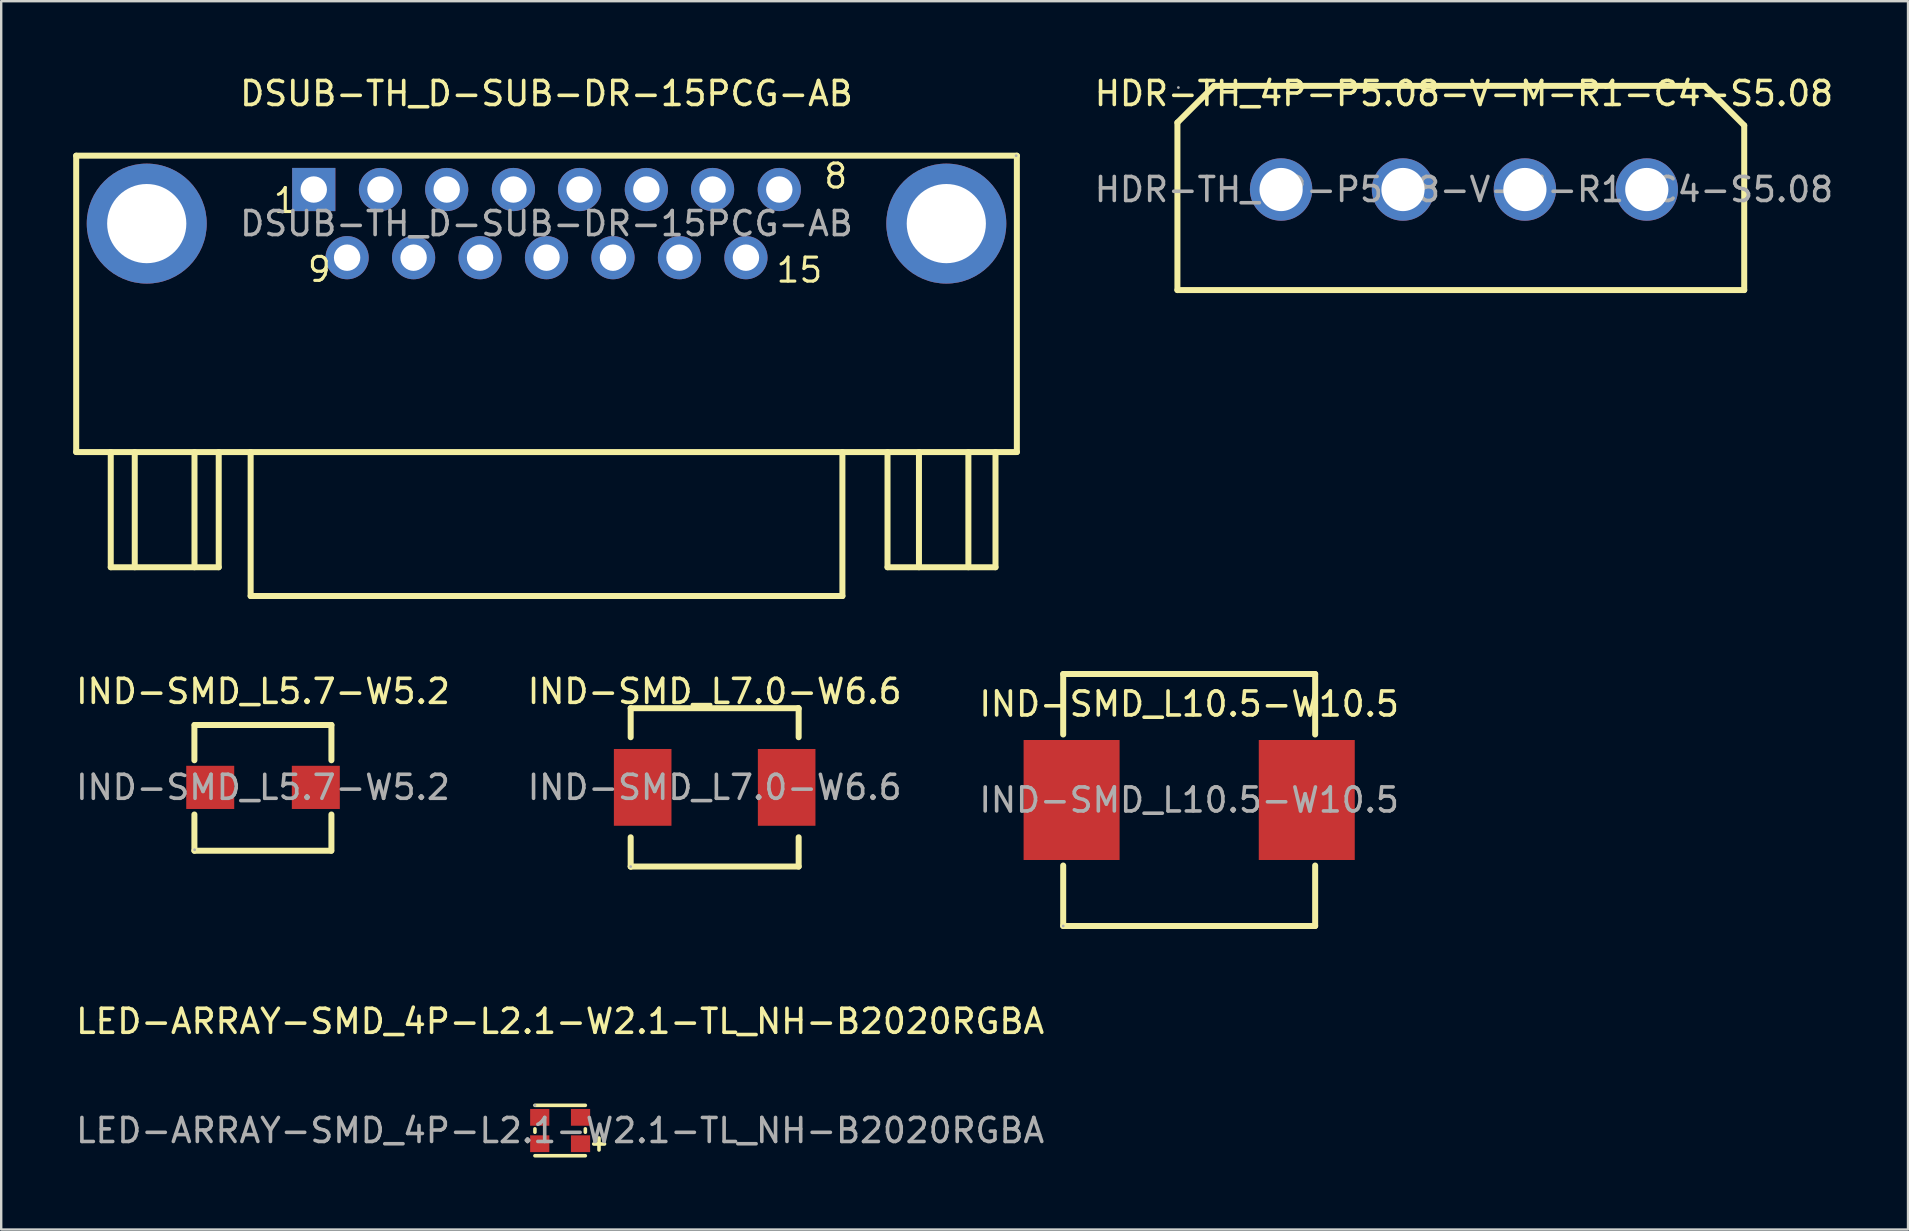
<source format=kicad_pcb>
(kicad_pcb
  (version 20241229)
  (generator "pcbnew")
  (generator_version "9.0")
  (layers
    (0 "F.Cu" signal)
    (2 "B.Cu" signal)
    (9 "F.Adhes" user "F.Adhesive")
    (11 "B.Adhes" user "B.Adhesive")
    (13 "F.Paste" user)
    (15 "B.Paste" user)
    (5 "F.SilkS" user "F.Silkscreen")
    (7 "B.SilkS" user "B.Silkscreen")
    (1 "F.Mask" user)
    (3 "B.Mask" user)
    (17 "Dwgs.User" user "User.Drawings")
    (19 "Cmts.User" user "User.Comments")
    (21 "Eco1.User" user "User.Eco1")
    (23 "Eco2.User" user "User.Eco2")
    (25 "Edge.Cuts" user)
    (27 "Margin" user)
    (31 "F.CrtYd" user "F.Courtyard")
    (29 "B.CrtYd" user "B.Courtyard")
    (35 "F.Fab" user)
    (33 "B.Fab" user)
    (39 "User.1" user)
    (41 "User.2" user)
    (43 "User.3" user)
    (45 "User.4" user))
  (footprint "HDR-TH_4P-P5.08-V-M-R1-C4-S5.08"
    (layer "F.Cu")
    (at 57.956 4.848)
    (property "Reference" "HDR-TH_4P-P5.08-V-M-R1-C4-S5.08" (at 0 -4 0) (layer "F.SilkS") (effects (font (size 1 1) (thickness 0.15))))
    (attr through_hole)
    (fp_line (start -11.94 -2.79) (end -10.41 -4.32) (stroke (width 0.25) (type solid)) (layer "F.SilkS"))
    (fp_line (start -11.94 4.19) (end -11.94 -2.79) (stroke (width 0.25) (type solid)) (layer "F.SilkS"))
    (fp_line (start -10.41 -4.32) (end 10.03 -4.32) (stroke (width 0.25) (type solid)) (layer "F.SilkS"))
    (fp_line (start 10.03 -4.32) (end 11.68 -2.67) (stroke (width 0.25) (type solid)) (layer "F.SilkS"))
    (fp_line (start 11.68 -2.67) (end 11.68 4.19) (stroke (width 0.25) (type solid)) (layer "F.SilkS"))
    (fp_line (start 11.68 4.19) (end -11.94 4.19) (stroke (width 0.25) (type solid)) (layer "F.SilkS"))
    (fp_circle (center -11.9 -4.25) (end -11.87 -4.25) (stroke (width 0.06) (type solid)) (fill no) (layer "F.Fab"))
    (fp_circle (center -7.62 0) (end -7.22 0) (stroke (width 0.8) (type solid)) (fill no) (layer "F.Fab"))
    (fp_circle (center -2.54 0) (end -2.14 0) (stroke (width 0.8) (type solid)) (fill no) (layer "F.Fab"))
    (fp_circle (center 2.54 0) (end 2.94 0) (stroke (width 0.8) (type solid)) (fill no) (layer "F.Fab"))
    (fp_circle (center 7.62 0) (end 8.02 0) (stroke (width 0.8) (type solid)) (fill no) (layer "F.Fab"))
    (fp_text user "${REFERENCE}" (at 0 0 0) (layer "F.Fab") (effects (font (size 1 1) (thickness 0.15))))
    (pad "1" thru_hole circle (at -7.62 0) (size 2.6 2.6) (drill 1.8) (layers "*.Cu" "*.Mask"))
    (pad "2" thru_hole circle (at -2.54 0) (size 2.6 2.6) (drill 1.8) (layers "*.Cu" "*.Mask"))
    (pad "3" thru_hole circle (at 2.54 0) (size 2.6 2.6) (drill 1.8) (layers "*.Cu" "*.Mask"))
    (pad "4" thru_hole circle (at 7.62 0) (size 2.6 2.6) (drill 1.8) (layers "*.Cu" "*.Mask")))
  (footprint "IND-SMD_L5.7-W5.2"
    (layer "F.Cu")
    (at 7.911 29.762)
    (property "Reference" "IND-SMD_L5.7-W5.2" (at 0 -4 0) (layer "F.SilkS") (effects (font (size 1 1) (thickness 0.15))))
    (attr smd)
    (fp_line (start -2.86 -1.13) (end -2.86 -2.6) (stroke (width 0.25) (type solid)) (layer "F.SilkS"))
    (fp_line (start -2.86 2.64) (end -2.86 1.13) (stroke (width 0.25) (type solid)) (layer "F.SilkS"))
    (fp_line (start -2.85 -2.6) (end 2.85 -2.6) (stroke (width 0.25) (type solid)) (layer "F.SilkS"))
    (fp_line (start 2.84 2.64) (end -2.86 2.64) (stroke (width 0.25) (type solid)) (layer "F.SilkS"))
    (fp_line (start 2.85 -2.6) (end 2.85 -1.13) (stroke (width 0.25) (type solid)) (layer "F.SilkS"))
    (fp_line (start 2.85 1.13) (end 2.85 2.64) (stroke (width 0.25) (type solid)) (layer "F.SilkS"))
    (fp_circle (center -2.85 2.6) (end -2.82 2.6) (stroke (width 0.06) (type solid)) (fill no) (layer "F.Fab"))
    (fp_text user "${REFERENCE}" (at 0 0 0) (layer "F.Fab") (effects (font (size 1 1) (thickness 0.15))))
    (pad "1" smd rect (at -2.2 0 270) (size 1.8 2) (layers "F.Cu" "F.Mask" "F.Paste"))
    (pad "2" smd rect (at 2.2 0 270) (size 1.8 2) (layers "F.Cu" "F.Mask" "F.Paste")))
  (footprint "IND-SMD_L10.5-W10.5"
    (layer "F.Cu")
    (at 46.506 30.288)
    (property "Reference" "IND-SMD_L10.5-W10.5" (at 0 -4 0) (layer "F.SilkS") (effects (font (size 1 1) (thickness 0.15))))
    (attr smd)
    (fp_line (start -5.25 -5.25) (end -5.25 -2.73) (stroke (width 0.25) (type solid)) (layer "F.SilkS"))
    (fp_line (start -5.25 -5.25) (end 5.25 -5.25) (stroke (width 0.25) (type solid)) (layer "F.SilkS"))
    (fp_line (start -5.25 2.73) (end -5.25 5.25) (stroke (width 0.25) (type solid)) (layer "F.SilkS"))
    (fp_line (start -4.99 5.25) (end -5.25 5.25) (stroke (width 0.25) (type solid)) (layer "F.SilkS"))
    (fp_line (start 5.25 -5.25) (end 5.25 -2.73) (stroke (width 0.25) (type solid)) (layer "F.SilkS"))
    (fp_line (start 5.25 2.73) (end 5.25 5.25) (stroke (width 0.25) (type solid)) (layer "F.SilkS"))
    (fp_line (start 5.25 5.25) (end -4.99 5.25) (stroke (width 0.25) (type solid)) (layer "F.SilkS"))
    (fp_circle (center -5.25 5.25) (end -5.22 5.25) (stroke (width 0.06) (type solid)) (fill no) (layer "F.Fab"))
    (fp_text user "${REFERENCE}" (at 0 0 0) (layer "F.Fab") (effects (font (size 1 1) (thickness 0.15))))
    (pad "1" smd rect (at -4.9 0) (size 4 5) (layers "F.Cu" "F.Mask" "F.Paste"))
    (pad "2" smd rect (at 4.9 0) (size 4 5) (layers "F.Cu" "F.Mask" "F.Paste")))
  (footprint "DSUB-TH_D-SUB-DR-15PCG-AB"
    (layer "F.Cu")
    (at 19.725 6.268)
    (property "Reference" "DSUB-TH_D-SUB-DR-15PCG-AB" (at 0 -5.42 0) (layer "F.SilkS") (effects (font (size 1 1) (thickness 0.15))))
    (attr through_hole)
    (fp_line (start -19.6 9.52) (end -19.6 -2.83) (stroke (width 0.25) (type solid)) (layer "F.SilkS"))
    (fp_line (start -18.16 14.32) (end -18.16 9.52) (stroke (width 0.25) (type solid)) (layer "F.SilkS"))
    (fp_line (start -17.16 9.52) (end -17.16 14.32) (stroke (width 0.25) (type solid)) (layer "F.SilkS"))
    (fp_line (start -14.67 9.52) (end -14.67 14.32) (stroke (width 0.25) (type solid)) (layer "F.SilkS"))
    (fp_line (start -13.66 9.52) (end -13.66 14.32) (stroke (width 0.25) (type solid)) (layer "F.SilkS"))
    (fp_line (start -13.66 14.32) (end -18.16 14.32) (stroke (width 0.25) (type solid)) (layer "F.SilkS"))
    (fp_line (start -12.33 9.52) (end -12.33 15.52) (stroke (width 0.25) (type solid)) (layer "F.SilkS"))
    (fp_line (start 12.33 9.52) (end 12.33 15.52) (stroke (width 0.25) (type solid)) (layer "F.SilkS"))
    (fp_line (start 12.33 15.52) (end -12.33 15.52) (stroke (width 0.25) (type solid)) (layer "F.SilkS"))
    (fp_line (start 14.21 14.32) (end 14.21 9.52) (stroke (width 0.25) (type solid)) (layer "F.SilkS"))
    (fp_line (start 15.52 9.52) (end 15.52 14.32) (stroke (width 0.25) (type solid)) (layer "F.SilkS"))
    (fp_line (start 17.58 9.52) (end 17.58 14.32) (stroke (width 0.25) (type solid)) (layer "F.SilkS"))
    (fp_line (start 18.71 9.52) (end 18.71 14.32) (stroke (width 0.25) (type solid)) (layer "F.SilkS"))
    (fp_line (start 18.71 14.32) (end 14.21 14.32) (stroke (width 0.25) (type solid)) (layer "F.SilkS"))
    (fp_line (start 19.6 -2.83) (end -19.6 -2.83) (stroke (width 0.25) (type solid)) (layer "F.SilkS"))
    (fp_line (start 19.6 9.52) (end -19.6 9.52) (stroke (width 0.25) (type solid)) (layer "F.SilkS"))
    (fp_line (start 19.6 9.52) (end 19.6 -2.83) (stroke (width 0.25) (type solid)) (layer "F.SilkS"))
    (fp_circle (center -9.7 -1.42) (end -9.54 -1.42) (stroke (width 0.32) (type solid)) (fill no) (layer "F.Fab"))
    (fp_circle (center -8.31 1.42) (end -8.15 1.42) (stroke (width 0.32) (type solid)) (fill no) (layer "F.Fab"))
    (fp_circle (center -6.92 -1.42) (end -6.76 -1.42) (stroke (width 0.32) (type solid)) (fill no) (layer "F.Fab"))
    (fp_circle (center -5.54 1.42) (end -5.38 1.42) (stroke (width 0.32) (type solid)) (fill no) (layer "F.Fab"))
    (fp_circle (center -4.16 -1.42) (end -4 -1.42) (stroke (width 0.32) (type solid)) (fill no) (layer "F.Fab"))
    (fp_circle (center -2.77 1.42) (end -2.61 1.42) (stroke (width 0.32) (type solid)) (fill no) (layer "F.Fab"))
    (fp_circle (center -1.38 -1.42) (end -1.22 -1.42) (stroke (width 0.32) (type solid)) (fill no) (layer "F.Fab"))
    (fp_circle (center 0 1.42) (end 0.16 1.42) (stroke (width 0.32) (type solid)) (fill no) (layer "F.Fab"))
    (fp_circle (center 1.38 -1.42) (end 1.54 -1.42) (stroke (width 0.32) (type solid)) (fill no) (layer "F.Fab"))
    (fp_circle (center 2.77 1.42) (end 2.93 1.42) (stroke (width 0.32) (type solid)) (fill no) (layer "F.Fab"))
    (fp_circle (center 4.16 -1.42) (end 4.32 -1.42) (stroke (width 0.32) (type solid)) (fill no) (layer "F.Fab"))
    (fp_circle (center 5.54 1.42) (end 5.7 1.42) (stroke (width 0.32) (type solid)) (fill no) (layer "F.Fab"))
    (fp_circle (center 6.92 -1.42) (end 7.08 -1.42) (stroke (width 0.32) (type solid)) (fill no) (layer "F.Fab"))
    (fp_circle (center 8.31 1.42) (end 8.47 1.42) (stroke (width 0.32) (type solid)) (fill no) (layer "F.Fab"))
    (fp_circle (center 9.7 -1.42) (end 9.86 -1.42) (stroke (width 0.32) (type solid)) (fill no) (layer "F.Fab"))
    (fp_circle (center 19.57 -2.83) (end 19.6 -2.83) (stroke (width 0.06) (type solid)) (fill no) (layer "F.Fab"))
    (fp_text user "15" (at 9.5 1.94 0) (layer "F.SilkS") (effects (font (size 1 1) (thickness 0.13)) (justify left)))
    (fp_text user "9" (at -10.03 1.91 0) (layer "F.SilkS") (effects (font (size 1 1) (thickness 0.13)) (justify left)))
    (fp_text user "1" (at -11.45 -0.96 0) (layer "F.SilkS") (effects (font (size 1 1) (thickness 0.13)) (justify left)))
    (fp_text user "8" (at 11.49 -1.98 180) (layer "F.SilkS") (effects (font (size 1 1) (thickness 0.13)) (justify left)))
    (fp_text user "${REFERENCE}" (at 0 0 0) (layer "F.Fab") (effects (font (size 1 1) (thickness 0.15))))
    (pad "1" thru_hole rect (at -9.7 -1.42) (size 1.8 1.8) (drill 1.1) (layers "*.Cu" "*.Mask"))
    (pad "2" thru_hole circle (at -6.92 -1.42) (size 1.8 1.8) (drill 1.1) (layers "*.Cu" "*.Mask"))
    (pad "3" thru_hole circle (at -4.16 -1.42) (size 1.8 1.8) (drill 1.1) (layers "*.Cu" "*.Mask"))
    (pad "4" thru_hole circle (at -1.38 -1.42) (size 1.8 1.8) (drill 1.1) (layers "*.Cu" "*.Mask"))
    (pad "5" thru_hole circle (at 1.38 -1.42) (size 1.8 1.8) (drill 1.1) (layers "*.Cu" "*.Mask"))
    (pad "6" thru_hole circle (at 4.16 -1.42) (size 1.8 1.8) (drill 1.1) (layers "*.Cu" "*.Mask"))
    (pad "7" thru_hole circle (at 6.92 -1.42) (size 1.8 1.8) (drill 1.1) (layers "*.Cu" "*.Mask"))
    (pad "8" thru_hole circle (at 9.7 -1.42) (size 1.8 1.8) (drill 1.1) (layers "*.Cu" "*.Mask"))
    (pad "9" thru_hole circle (at -8.31 1.42) (size 1.8 1.8) (drill 1.1) (layers "*.Cu" "*.Mask"))
    (pad "10" thru_hole circle (at -5.54 1.42) (size 1.8 1.8) (drill 1.1) (layers "*.Cu" "*.Mask"))
    (pad "11" thru_hole circle (at -2.77 1.42) (size 1.8 1.8) (drill 1.1) (layers "*.Cu" "*.Mask"))
    (pad "12" thru_hole circle (at 0 1.42) (size 1.8 1.8) (drill 1.1) (layers "*.Cu" "*.Mask"))
    (pad "13" thru_hole circle (at 2.77 1.42) (size 1.8 1.8) (drill 1.1) (layers "*.Cu" "*.Mask"))
    (pad "14" thru_hole circle (at 5.54 1.42) (size 1.8 1.8) (drill 1.1) (layers "*.Cu" "*.Mask"))
    (pad "15" thru_hole circle (at 8.31 1.42) (size 1.8 1.8) (drill 1.1) (layers "*.Cu" "*.Mask"))
    (pad "16" thru_hole circle (at -16.66 0) (size 5 5) (drill 3.3) (layers "*.Cu" "*.Mask"))
    (pad "17" thru_hole circle (at 16.66 0) (size 5 5) (drill 3.3) (layers "*.Cu" "*.Mask")))
  (footprint "LED-ARRAY-SMD_4P-L2.1-W2.1-TL_NH-B2020RGBA"
    (layer "F.Cu")
    (at 20.292 44.062)
    (property "Reference" "LED-ARRAY-SMD_4P-L2.1-W2.1-TL_NH-B2020RGBA" (at 0 -4.55 0) (layer "F.SilkS") (effects (font (size 1 1) (thickness 0.15))))
    (attr smd)
    (fp_line (start -1.05 -1.05) (end 1.05 -1.05) (stroke (width 0.15) (type solid)) (layer "F.SilkS"))
    (fp_line (start -1.05 -0.07) (end -1.05 0.07) (stroke (width 0.15) (type solid)) (layer "F.SilkS"))
    (fp_line (start -1.05 1.05) (end 1.05 1.05) (stroke (width 0.15) (type solid)) (layer "F.SilkS"))
    (fp_line (start 1.05 -0.07) (end 1.05 0.07) (stroke (width 0.15) (type solid)) (layer "F.SilkS"))
    (fp_line (start 1.4 0.56) (end 1.85 0.56) (stroke (width 0.15) (type solid)) (layer "F.SilkS"))
    (fp_line (start 1.62 0.31) (end 1.62 0.81) (stroke (width 0.15) (type solid)) (layer "F.SilkS"))
    (fp_circle (center -1.05 -1.05) (end -1.02 -1.05) (stroke (width 0.06) (type solid)) (fill no) (layer "F.Fab"))
    (fp_text user "${REFERENCE}" (at 0 0 0) (layer "F.Fab") (effects (font (size 1 1) (thickness 0.15))))
    (pad "1" smd rect (at -0.85 -0.55) (size 0.8 0.7) (layers "F.Cu" "F.Mask" "F.Paste"))
    (pad "2" smd rect (at 0.85 -0.55) (size 0.8 0.7) (layers "F.Cu" "F.Mask" "F.Paste"))
    (pad "3" smd rect (at 0.85 0.55) (size 0.8 0.7) (layers "F.Cu" "F.Mask" "F.Paste"))
    (pad "4" smd rect (at -0.85 0.55) (size 0.8 0.7) (layers "F.Cu" "F.Mask" "F.Paste")))
  (footprint "IND-SMD_L7.0-W6.6"
    (layer "F.Cu")
    (at 26.732 29.762)
    (property "Reference" "IND-SMD_L7.0-W6.6" (at 0 -4 0) (layer "F.SilkS") (effects (font (size 1 1) (thickness 0.15))))
    (attr smd)
    (fp_line (start -3.5 -3.3) (end 3.48 -3.3) (stroke (width 0.25) (type solid)) (layer "F.SilkS"))
    (fp_line (start -3.5 -2.09) (end -3.5 -3.3) (stroke (width 0.25) (type solid)) (layer "F.SilkS"))
    (fp_line (start -3.5 3.3) (end -3.5 2.08) (stroke (width 0.25) (type solid)) (layer "F.SilkS"))
    (fp_line (start -3.49 3.3) (end -3.5 3.3) (stroke (width 0.25) (type solid)) (layer "F.SilkS"))
    (fp_line (start 3.48 -3.3) (end 3.5 -3.28) (stroke (width 0.25) (type solid)) (layer "F.SilkS"))
    (fp_line (start 3.5 -3.3) (end 3.5 -2.09) (stroke (width 0.25) (type solid)) (layer "F.SilkS"))
    (fp_line (start 3.5 2.08) (end 3.5 3.3) (stroke (width 0.25) (type solid)) (layer "F.SilkS"))
    (fp_line (start 3.5 3.3) (end -3.49 3.3) (stroke (width 0.25) (type solid)) (layer "F.SilkS"))
    (fp_circle (center -3.5 3.3) (end -3.47 3.3) (stroke (width 0.06) (type solid)) (fill no) (layer "F.Fab"))
    (fp_text user "${REFERENCE}" (at 0 0 0) (layer "F.Fab") (effects (font (size 1 1) (thickness 0.15))))
    (pad "1" smd rect (at -3 0) (size 2.4 3.2) (layers "F.Cu" "F.Mask" "F.Paste"))
    (pad "2" smd rect (at 3 0) (size 2.4 3.2) (layers "F.Cu" "F.Mask" "F.Paste")))
  (gr_rect
    (start -3 -3)
    (end 76.462 48.187)
    (stroke (width 0.1) (type default))
    (fill no)
    (layer "Edge.Cuts")))
</source>
